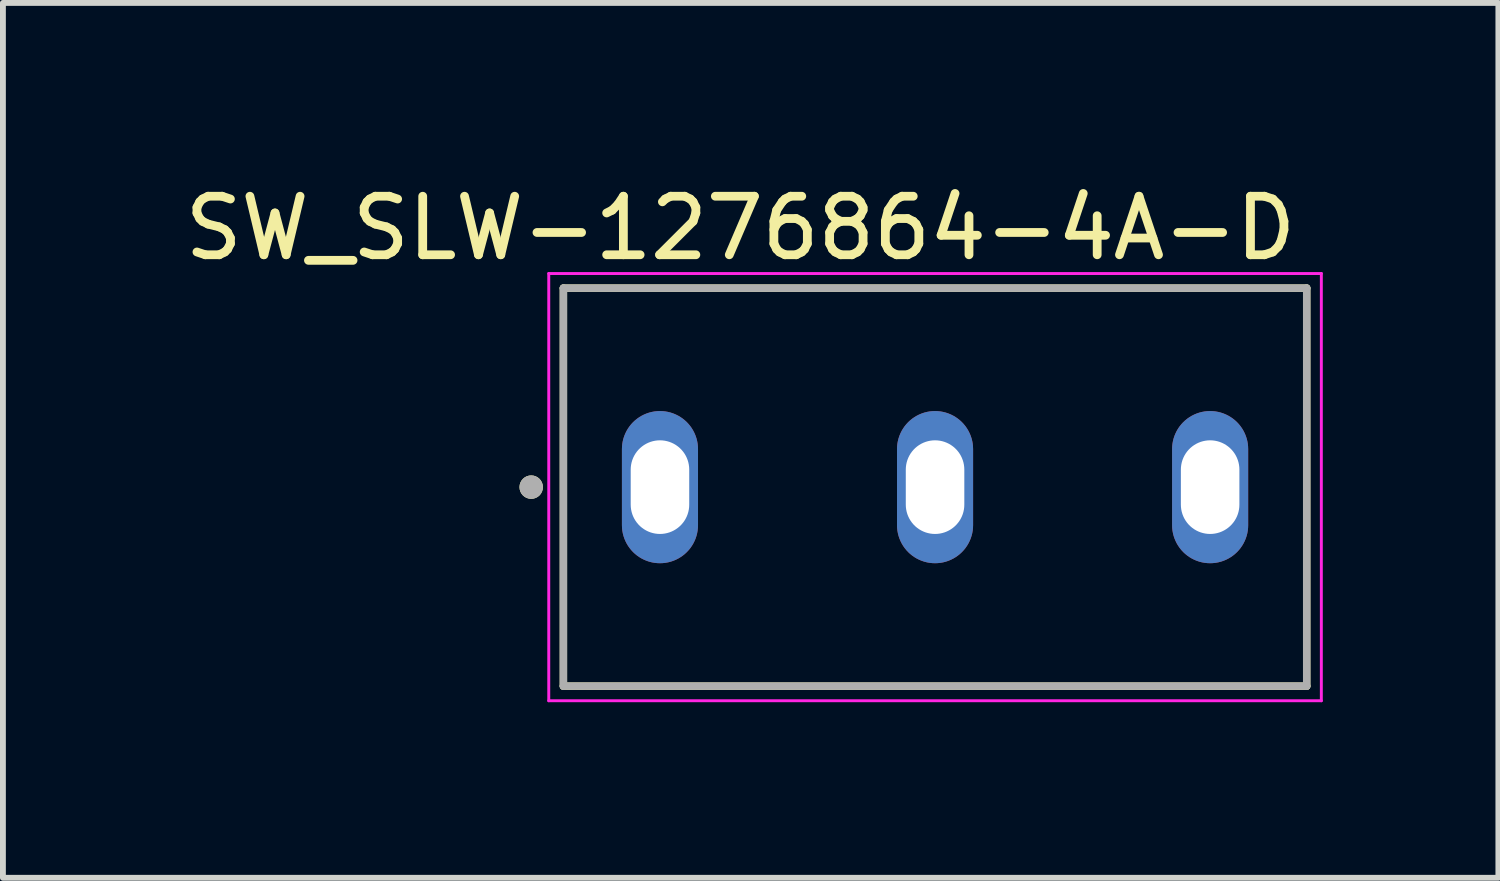
<source format=kicad_pcb>
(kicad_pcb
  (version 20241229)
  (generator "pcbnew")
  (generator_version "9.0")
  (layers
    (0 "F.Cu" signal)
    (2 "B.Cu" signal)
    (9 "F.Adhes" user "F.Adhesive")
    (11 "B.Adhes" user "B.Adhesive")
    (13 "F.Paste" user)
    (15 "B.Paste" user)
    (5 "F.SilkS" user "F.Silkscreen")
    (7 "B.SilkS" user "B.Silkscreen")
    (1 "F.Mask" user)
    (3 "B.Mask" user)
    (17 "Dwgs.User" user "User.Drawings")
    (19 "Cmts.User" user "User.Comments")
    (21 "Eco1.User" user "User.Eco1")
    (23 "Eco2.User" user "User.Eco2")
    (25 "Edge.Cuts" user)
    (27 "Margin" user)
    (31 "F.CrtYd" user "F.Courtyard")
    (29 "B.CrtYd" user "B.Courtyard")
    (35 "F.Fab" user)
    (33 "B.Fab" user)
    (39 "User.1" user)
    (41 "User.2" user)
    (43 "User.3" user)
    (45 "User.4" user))
  (footprint "SW_SLW-1276864-4A-D"
    (layer "F.Cu")
    (at 12.926 5.273)
    (property "Reference" "SW_SLW-1276864-4A-D" (at -3.325 -4.425 0) (layer "F.SilkS") (effects (font (size 1 1) (thickness 0.15))))
    (attr through_hole)
    (fp_line (start -6.35 -3.4) (end -6.35 3.4) (stroke (width 0.127) (type solid)) (layer "F.SilkS"))
    (fp_line (start -6.35 3.4) (end 6.35 3.4) (stroke (width 0.127) (type solid)) (layer "F.SilkS"))
    (fp_line (start 6.35 -3.4) (end -6.35 -3.4) (stroke (width 0.127) (type solid)) (layer "F.SilkS"))
    (fp_line (start 6.35 3.4) (end 6.35 -3.4) (stroke (width 0.127) (type solid)) (layer "F.SilkS"))
    (fp_circle (center -6.9 0) (end -6.8 0) (stroke (width 0.2) (type solid)) (fill no) (layer "F.SilkS"))
    (fp_line (start -6.6 -3.65) (end -6.6 3.65) (stroke (width 0.05) (type solid)) (layer "F.CrtYd"))
    (fp_line (start -6.6 3.65) (end 6.6 3.65) (stroke (width 0.05) (type solid)) (layer "F.CrtYd"))
    (fp_line (start 6.6 -3.65) (end -6.6 -3.65) (stroke (width 0.05) (type solid)) (layer "F.CrtYd"))
    (fp_line (start 6.6 3.65) (end 6.6 -3.65) (stroke (width 0.05) (type solid)) (layer "F.CrtYd"))
    (fp_line (start -6.35 -3.4) (end -6.35 3.4) (stroke (width 0.127) (type solid)) (layer "F.Fab"))
    (fp_line (start -6.35 3.4) (end 6.35 3.4) (stroke (width 0.127) (type solid)) (layer "F.Fab"))
    (fp_line (start 6.35 -3.4) (end -6.35 -3.4) (stroke (width 0.127) (type solid)) (layer "F.Fab"))
    (fp_line (start 6.35 3.4) (end 6.35 -3.4) (stroke (width 0.127) (type solid)) (layer "F.Fab"))
    (fp_circle (center -6.9 0) (end -6.8 0) (stroke (width 0.2) (type solid)) (fill no) (layer "F.Fab"))
    (pad "1" thru_hole oval (at -4.7 0) (size 1.3 2.6) (drill oval 1 1.6) (layers "*.Cu" "*.Mask"))
    (pad "2" thru_hole oval (at 0 0) (size 1.3 2.6) (drill oval 1 1.6) (layers "*.Cu" "*.Mask"))
    (pad "3" thru_hole oval (at 4.7 0) (size 1.3 2.6) (drill oval 1 1.6) (layers "*.Cu" "*.Mask")))
  (gr_rect
    (start -3 -3)
    (end 22.551 11.948)
    (stroke (width 0.1) (type default))
    (fill no)
    (layer "Edge.Cuts")))
</source>
